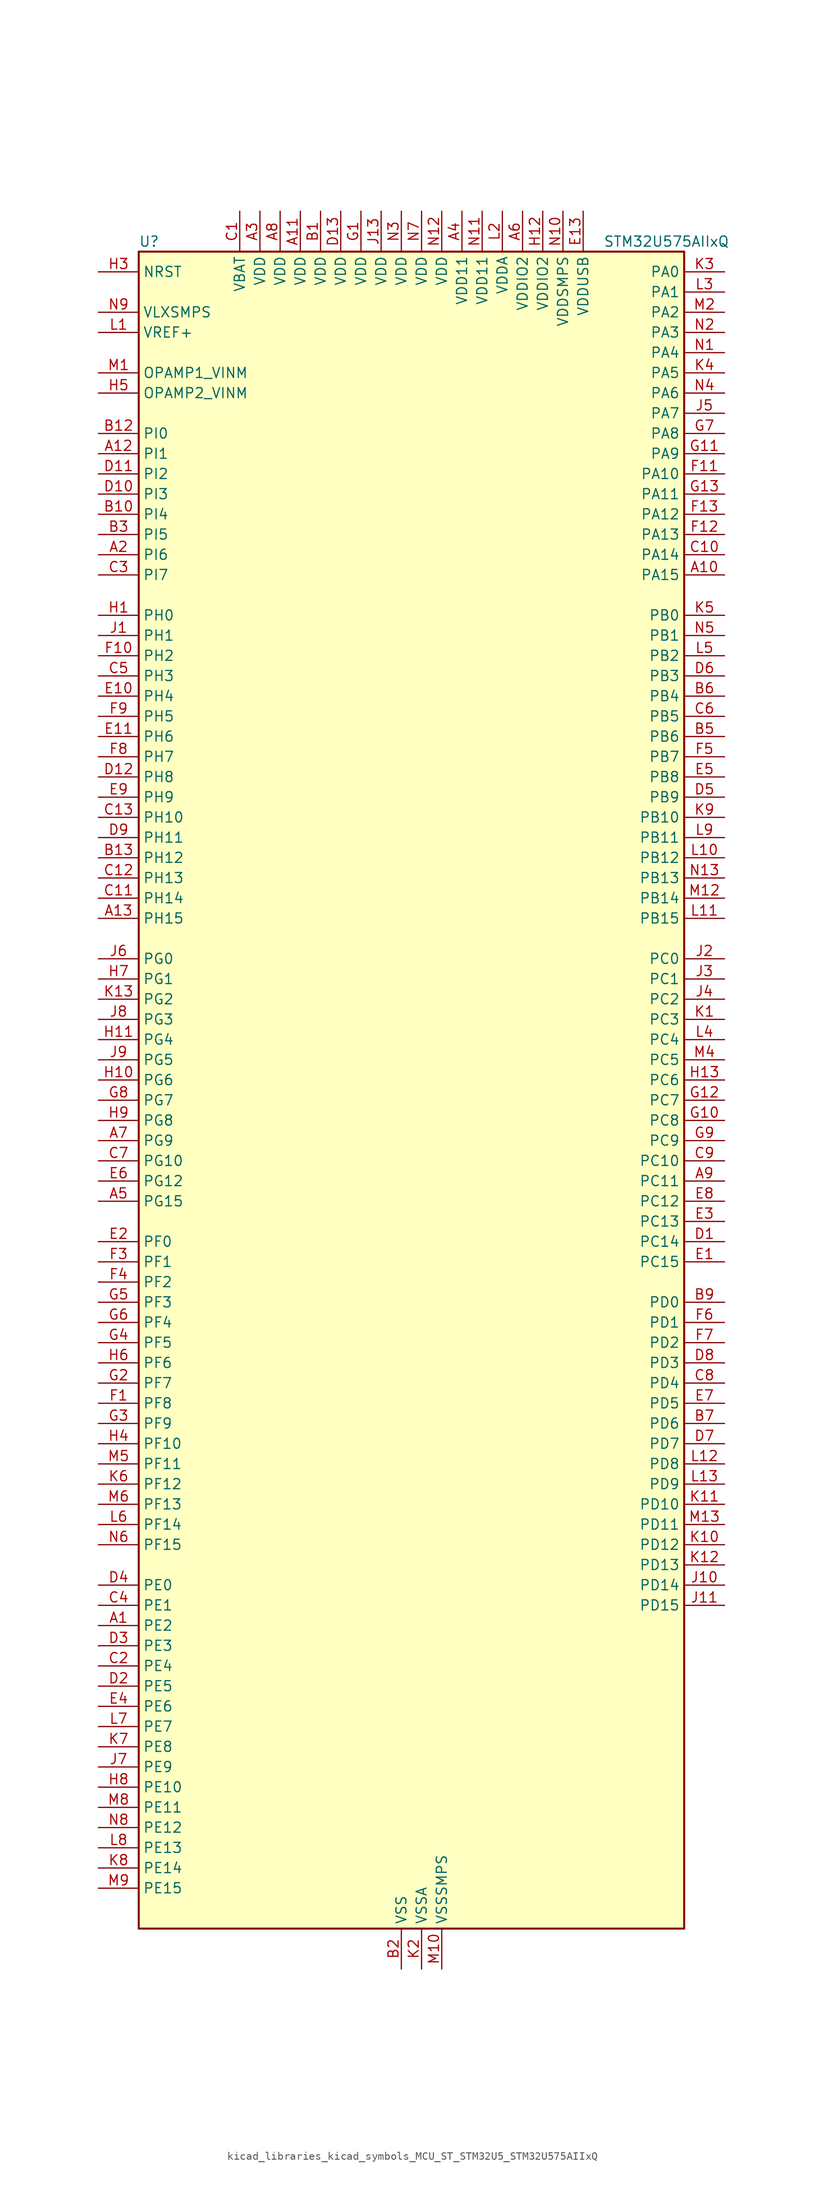
<source format=kicad_sym>
(kicad_symbol_lib
  (version 20220914)
  (generator kicad_symbol_editor)
  (symbol "kicad_libraries_kicad_symbols_MCU_ST_STM32U5_STM32U575AIIxQ"
    (property "Reference" "U"
      (at -33.02 107.95 0)
      (effects (font (size 1.27 1.27)) (justify left)))
    (property "Value" "STM32U575AIIxQ"
      (at 25.4 107.95 0)
      (effects (font (size 1.27 1.27)) (justify left)))
    (property "ki_locked" ""
      (at 0 0 0)
      (effects (font (size 1.27 1.27))))
    (symbol "kicad_libraries_kicad_symbols_MCU_ST_STM32U5_STM32U575AIIxQ_0_1"
      (rectangle (start -33.02 -104.14) (end 35.56 106.68) (stroke (width 0.254) (type default)) (fill (type background))))
    (symbol "kicad_libraries_kicad_symbols_MCU_ST_STM32U5_STM32U575AIIxQ_1_1"
      (pin bidirectional line (at -38.1 -66.04 0) (length 5.08) (name "PE2" (effects (font (size 1.27 1.27)))) (number "A1" (effects (font (size 1.27 1.27)))) (alternate "DEBUG_TRACECLK" bidirectional line) (alternate "FMC_A23" bidirectional line) (alternate "SAI1_CK1" bidirectional line) (alternate "SAI1_MCLK_A" bidirectional line) (alternate "TIM3_ETR" bidirectional line) (alternate "TSC_G7_IO1" bidirectional line))
      (pin bidirectional line (at 40.64 66.04 180) (length 5.08) (name "PA15" (effects (font (size 1.27 1.27)))) (number "A10" (effects (font (size 1.27 1.27)))) (alternate "ADC1_EXTI15" bidirectional line) (alternate "ADC4_EXTI15" bidirectional line) (alternate "DEBUG_JTDI" bidirectional line) (alternate "SAI2_FS_B" bidirectional line) (alternate "SPI1_NSS" bidirectional line) (alternate "SPI3_NSS" bidirectional line) (alternate "TIM2_CH1" bidirectional line) (alternate "TIM2_ETR" bidirectional line) (alternate "UART4_DE" bidirectional line) (alternate "UART4_RTS" bidirectional line) (alternate "UCPD1_CC1" bidirectional line) (alternate "USART2_RX" bidirectional line) (alternate "USART3_DE" bidirectional line) (alternate "USART3_RTS" bidirectional line))
      (pin power_in line (at -12.7 111.76 270) (length 5.08) (name "VDD" (effects (font (size 1.27 1.27)))) (number "A11" (effects (font (size 1.27 1.27)))))
      (pin bidirectional line (at -38.1 81.28 0) (length 5.08) (name "PI1" (effects (font (size 1.27 1.27)))) (number "A12" (effects (font (size 1.27 1.27)))) (alternate "DCMI_D8" bidirectional line) (alternate "OCTOSPIM_P2_IO2" bidirectional line) (alternate "PSSI_D8" bidirectional line) (alternate "SPI2_SCK" bidirectional line))
      (pin bidirectional line (at -38.1 22.86 0) (length 5.08) (name "PH15" (effects (font (size 1.27 1.27)))) (number "A13" (effects (font (size 1.27 1.27)))) (alternate "ADC1_EXTI15" bidirectional line) (alternate "ADC4_EXTI15" bidirectional line) (alternate "DCMI_D11" bidirectional line) (alternate "OCTOSPIM_P2_IO6" bidirectional line) (alternate "PSSI_D11" bidirectional line) (alternate "TIM8_CH3N" bidirectional line))
      (pin bidirectional line (at -38.1 68.58 0) (length 5.08) (name "PI6" (effects (font (size 1.27 1.27)))) (number "A2" (effects (font (size 1.27 1.27)))) (alternate "DCMI_D6" bidirectional line) (alternate "OCTOSPIM_P2_CLK" bidirectional line) (alternate "PSSI_D6" bidirectional line) (alternate "TIM8_CH2" bidirectional line))
      (pin power_in line (at -17.78 111.76 270) (length 5.08) (name "VDD" (effects (font (size 1.27 1.27)))) (number "A3" (effects (font (size 1.27 1.27)))))
      (pin power_in line (at 7.62 111.76 270) (length 5.08) (name "VDD11" (effects (font (size 1.27 1.27)))) (number "A4" (effects (font (size 1.27 1.27)))))
      (pin bidirectional line (at -38.1 -12.7 0) (length 5.08) (name "PG15" (effects (font (size 1.27 1.27)))) (number "A5" (effects (font (size 1.27 1.27)))) (alternate "ADC1_EXTI15" bidirectional line) (alternate "ADC4_EXTI15" bidirectional line) (alternate "DCMI_D13" bidirectional line) (alternate "I2C1_SMBA" bidirectional line) (alternate "LPTIM1_CH1" bidirectional line) (alternate "OCTOSPIM_P2_DQS" bidirectional line) (alternate "PSSI_D13" bidirectional line))
      (pin power_in line (at 15.24 111.76 270) (length 5.08) (name "VDDIO2" (effects (font (size 1.27 1.27)))) (number "A6" (effects (font (size 1.27 1.27)))))
      (pin bidirectional line (at -38.1 -5.08 0) (length 5.08) (name "PG9" (effects (font (size 1.27 1.27)))) (number "A7" (effects (font (size 1.27 1.27)))) (alternate "DAC1_EXTI9" bidirectional line) (alternate "FMC_NCE" bidirectional line) (alternate "FMC_NE2" bidirectional line) (alternate "OCTOSPIM_P2_IO6" bidirectional line) (alternate "SAI2_SCK_A" bidirectional line) (alternate "SPI3_SCK" bidirectional line) (alternate "TIM15_CH1N" bidirectional line) (alternate "USART1_TX" bidirectional line))
      (pin power_in line (at -15.24 111.76 270) (length 5.08) (name "VDD" (effects (font (size 1.27 1.27)))) (number "A8" (effects (font (size 1.27 1.27)))))
      (pin bidirectional line (at 40.64 -10.16 180) (length 5.08) (name "PC11" (effects (font (size 1.27 1.27)))) (number "A9" (effects (font (size 1.27 1.27)))) (alternate "ADC1_EXTI11" bidirectional line) (alternate "ADF1_SDI0" bidirectional line) (alternate "DCMI_D2" bidirectional line) (alternate "DCMI_D4" bidirectional line) (alternate "LPTIM3_IN1" bidirectional line) (alternate "OCTOSPIM_P1_NCS" bidirectional line) (alternate "PSSI_D2" bidirectional line) (alternate "PSSI_D4" bidirectional line) (alternate "SAI2_MCLK_B" bidirectional line) (alternate "SDMMC1_D3" bidirectional line) (alternate "SPI3_MISO" bidirectional line) (alternate "TSC_G3_IO3" bidirectional line) (alternate "UART4_RX" bidirectional line) (alternate "UCPD1_FRSTX2" bidirectional line) (alternate "USART3_RX" bidirectional line))
      (pin power_in line (at -10.16 111.76 270) (length 5.08) (name "VDD" (effects (font (size 1.27 1.27)))) (number "B1" (effects (font (size 1.27 1.27)))))
      (pin bidirectional line (at -38.1 73.66 0) (length 5.08) (name "PI4" (effects (font (size 1.27 1.27)))) (number "B10" (effects (font (size 1.27 1.27)))) (alternate "DCMI_D5" bidirectional line) (alternate "PSSI_D5" bidirectional line) (alternate "SPI2_RDY" bidirectional line) (alternate "TIM8_BKIN" bidirectional line))
      (pin passive line (at 0 -109.22 90) (length 5.08) hide (name "VSS" (effects (font (size 1.27 1.27)))) (number "B11" (effects (font (size 1.27 1.27)))))
      (pin bidirectional line (at -38.1 83.82 0) (length 5.08) (name "PI0" (effects (font (size 1.27 1.27)))) (number "B12" (effects (font (size 1.27 1.27)))) (alternate "DCMI_D13" bidirectional line) (alternate "OCTOSPIM_P1_IO5" bidirectional line) (alternate "PSSI_D13" bidirectional line) (alternate "SPI2_NSS" bidirectional line) (alternate "TIM5_CH4" bidirectional line))
      (pin bidirectional line (at -38.1 30.48 0) (length 5.08) (name "PH12" (effects (font (size 1.27 1.27)))) (number "B13" (effects (font (size 1.27 1.27)))) (alternate "DCMI_D3" bidirectional line) (alternate "OCTOSPIM_P2_IO7" bidirectional line) (alternate "PSSI_D3" bidirectional line) (alternate "TIM5_CH3" bidirectional line) (alternate "TIM8_CH4N" bidirectional line))
      (pin power_in line (at 0 -109.22 90) (length 5.08) (name "VSS" (effects (font (size 1.27 1.27)))) (number "B2" (effects (font (size 1.27 1.27)))))
      (pin bidirectional line (at -38.1 71.12 0) (length 5.08) (name "PI5" (effects (font (size 1.27 1.27)))) (number "B3" (effects (font (size 1.27 1.27)))) (alternate "DCMI_VSYNC" bidirectional line) (alternate "OCTOSPIM_P2_NCS" bidirectional line) (alternate "PSSI_RDY" bidirectional line) (alternate "TIM8_CH1" bidirectional line))
      (pin passive line (at 0 -109.22 90) (length 5.08) hide (name "VSS" (effects (font (size 1.27 1.27)))) (number "B4" (effects (font (size 1.27 1.27)))))
      (pin bidirectional line (at 40.64 45.72 180) (length 5.08) (name "PB6" (effects (font (size 1.27 1.27)))) (number "B5" (effects (font (size 1.27 1.27)))) (alternate "COMP2_INP" bidirectional line) (alternate "DCMI_D5" bidirectional line) (alternate "I2C1_SCL" bidirectional line) (alternate "I2C4_SCL" bidirectional line) (alternate "LPTIM1_ETR" bidirectional line) (alternate "MDF1_SDI5" bidirectional line) (alternate "PSSI_D5" bidirectional line) (alternate "PWR_WKUP3" bidirectional line) (alternate "SAI1_FS_B" bidirectional line) (alternate "TIM16_CH1N" bidirectional line) (alternate "TIM4_CH1" bidirectional line) (alternate "TIM8_BKIN2" bidirectional line) (alternate "TSC_G2_IO3" bidirectional line) (alternate "USART1_TX" bidirectional line))
      (pin bidirectional line (at 40.64 50.8 180) (length 5.08) (name "PB4" (effects (font (size 1.27 1.27)))) (number "B6" (effects (font (size 1.27 1.27)))) (alternate "ADF1_SDI0" bidirectional line) (alternate "COMP2_INP" bidirectional line) (alternate "DCMI_D12" bidirectional line) (alternate "DEBUG_JTRST" bidirectional line) (alternate "I2C3_SDA" bidirectional line) (alternate "LPTIM1_CH2" bidirectional line) (alternate "PSSI_D12" bidirectional line) (alternate "SAI1_MCLK_B" bidirectional line) (alternate "SDMMC2_D3" bidirectional line) (alternate "SPI1_MISO" bidirectional line) (alternate "SPI3_MISO" bidirectional line) (alternate "TIM17_BKIN" bidirectional line) (alternate "TIM3_CH1" bidirectional line) (alternate "TSC_G2_IO1" bidirectional line) (alternate "UART5_DE" bidirectional line) (alternate "UART5_RTS" bidirectional line) (alternate "USART1_CTS" bidirectional line))
      (pin bidirectional line (at 40.64 -40.64 180) (length 5.08) (name "PD6" (effects (font (size 1.27 1.27)))) (number "B7" (effects (font (size 1.27 1.27)))) (alternate "DCMI_D10" bidirectional line) (alternate "FMC_NWAIT" bidirectional line) (alternate "MDF1_SDI1" bidirectional line) (alternate "OCTOSPIM_P1_IO6" bidirectional line) (alternate "PSSI_D10" bidirectional line) (alternate "SAI1_D1" bidirectional line) (alternate "SAI1_SD_A" bidirectional line) (alternate "SDMMC2_CK" bidirectional line) (alternate "SPI3_MOSI" bidirectional line) (alternate "USART2_RX" bidirectional line))
      (pin passive line (at 0 -109.22 90) (length 5.08) hide (name "VSS" (effects (font (size 1.27 1.27)))) (number "B8" (effects (font (size 1.27 1.27)))))
      (pin bidirectional line (at 40.64 -25.4 180) (length 5.08) (name "PD0" (effects (font (size 1.27 1.27)))) (number "B9" (effects (font (size 1.27 1.27)))) (alternate "FDCAN1_RX" bidirectional line) (alternate "FMC_D2" bidirectional line) (alternate "FMC_DA2" bidirectional line) (alternate "SPI2_NSS" bidirectional line) (alternate "TIM8_CH4N" bidirectional line))
      (pin power_in line (at -20.32 111.76 270) (length 5.08) (name "VBAT" (effects (font (size 1.27 1.27)))) (number "C1" (effects (font (size 1.27 1.27)))))
      (pin bidirectional line (at 40.64 68.58 180) (length 5.08) (name "PA14" (effects (font (size 1.27 1.27)))) (number "C10" (effects (font (size 1.27 1.27)))) (alternate "DEBUG_JTCK-SWCLK" bidirectional line) (alternate "I2C1_SMBA" bidirectional line) (alternate "I2C4_SMBA" bidirectional line) (alternate "LPTIM1_CH1" bidirectional line) (alternate "SAI1_FS_B" bidirectional line) (alternate "USB_OTG_FS_SOF" bidirectional line))
      (pin bidirectional line (at -38.1 25.4 0) (length 5.08) (name "PH14" (effects (font (size 1.27 1.27)))) (number "C11" (effects (font (size 1.27 1.27)))) (alternate "DCMI_D4" bidirectional line) (alternate "FDCAN1_RX" bidirectional line) (alternate "PSSI_D4" bidirectional line) (alternate "TIM8_CH2N" bidirectional line))
      (pin bidirectional line (at -38.1 27.94 0) (length 5.08) (name "PH13" (effects (font (size 1.27 1.27)))) (number "C12" (effects (font (size 1.27 1.27)))) (alternate "FDCAN1_TX" bidirectional line) (alternate "TIM8_CH1N" bidirectional line))
      (pin bidirectional line (at -38.1 35.56 0) (length 5.08) (name "PH10" (effects (font (size 1.27 1.27)))) (number "C13" (effects (font (size 1.27 1.27)))) (alternate "DCMI_D1" bidirectional line) (alternate "OCTOSPIM_P2_IO5" bidirectional line) (alternate "PSSI_D1" bidirectional line) (alternate "TIM5_CH1" bidirectional line))
      (pin bidirectional line (at -38.1 -71.12 0) (length 5.08) (name "PE4" (effects (font (size 1.27 1.27)))) (number "C2" (effects (font (size 1.27 1.27)))) (alternate "DCMI_D4" bidirectional line) (alternate "DEBUG_TRACED1" bidirectional line) (alternate "FMC_A20" bidirectional line) (alternate "MDF1_SDI3" bidirectional line) (alternate "PSSI_D4" bidirectional line) (alternate "PWR_WKUP1" bidirectional line) (alternate "SAI1_D2" bidirectional line) (alternate "SAI1_FS_A" bidirectional line) (alternate "TAMP_IN7" bidirectional line) (alternate "TAMP_OUT8" bidirectional line) (alternate "TIM3_CH2" bidirectional line) (alternate "TSC_G7_IO3" bidirectional line))
      (pin bidirectional line (at -38.1 66.04 0) (length 5.08) (name "PI7" (effects (font (size 1.27 1.27)))) (number "C3" (effects (font (size 1.27 1.27)))) (alternate "DCMI_D7" bidirectional line) (alternate "OCTOSPIM_P2_NCLK" bidirectional line) (alternate "PSSI_D7" bidirectional line) (alternate "TIM8_CH3" bidirectional line))
      (pin bidirectional line (at -38.1 -63.5 0) (length 5.08) (name "PE1" (effects (font (size 1.27 1.27)))) (number "C4" (effects (font (size 1.27 1.27)))) (alternate "DCMI_D3" bidirectional line) (alternate "FMC_NBL1" bidirectional line) (alternate "PSSI_D3" bidirectional line) (alternate "TIM17_CH1" bidirectional line))
      (pin bidirectional line (at -38.1 53.34 0) (length 5.08) (name "PH3" (effects (font (size 1.27 1.27)))) (number "C5" (effects (font (size 1.27 1.27)))))
      (pin bidirectional line (at 40.64 48.26 180) (length 5.08) (name "PB5" (effects (font (size 1.27 1.27)))) (number "C6" (effects (font (size 1.27 1.27)))) (alternate "COMP2_OUT" bidirectional line) (alternate "DCMI_D10" bidirectional line) (alternate "I2C1_SMBA" bidirectional line) (alternate "LPTIM1_IN1" bidirectional line) (alternate "OCTOSPIM_P1_NCLK" bidirectional line) (alternate "PSSI_D10" bidirectional line) (alternate "PWR_WKUP6" bidirectional line) (alternate "SAI1_SD_B" bidirectional line) (alternate "SPI1_MOSI" bidirectional line) (alternate "SPI3_MOSI" bidirectional line) (alternate "TIM16_BKIN" bidirectional line) (alternate "TIM3_CH2" bidirectional line) (alternate "TSC_G2_IO2" bidirectional line) (alternate "UART5_CTS" bidirectional line) (alternate "UCPD1_DBCC1" bidirectional line) (alternate "USART1_CK" bidirectional line))
      (pin bidirectional line (at -38.1 -7.62 0) (length 5.08) (name "PG10" (effects (font (size 1.27 1.27)))) (number "C7" (effects (font (size 1.27 1.27)))) (alternate "FMC_NE3" bidirectional line) (alternate "LPTIM1_IN1" bidirectional line) (alternate "OCTOSPIM_P2_IO7" bidirectional line) (alternate "SAI2_FS_A" bidirectional line) (alternate "SPI3_MISO" bidirectional line) (alternate "TIM15_CH1" bidirectional line) (alternate "USART1_RX" bidirectional line))
      (pin bidirectional line (at 40.64 -35.56 180) (length 5.08) (name "PD4" (effects (font (size 1.27 1.27)))) (number "C8" (effects (font (size 1.27 1.27)))) (alternate "FMC_NOE" bidirectional line) (alternate "MDF1_CKI0" bidirectional line) (alternate "OCTOSPIM_P1_IO4" bidirectional line) (alternate "SPI2_MOSI" bidirectional line) (alternate "USART2_DE" bidirectional line) (alternate "USART2_RTS" bidirectional line))
      (pin bidirectional line (at 40.64 -7.62 180) (length 5.08) (name "PC10" (effects (font (size 1.27 1.27)))) (number "C9" (effects (font (size 1.27 1.27)))) (alternate "ADF1_CCK1" bidirectional line) (alternate "DCMI_D8" bidirectional line) (alternate "DEBUG_TRACED1" bidirectional line) (alternate "LPTIM3_ETR" bidirectional line) (alternate "PSSI_D8" bidirectional line) (alternate "SAI2_SCK_B" bidirectional line) (alternate "SDMMC1_D2" bidirectional line) (alternate "SPI3_SCK" bidirectional line) (alternate "TSC_G3_IO2" bidirectional line) (alternate "UART4_TX" bidirectional line) (alternate "USART3_TX" bidirectional line))
      (pin bidirectional line (at 40.64 -17.78 180) (length 5.08) (name "PC14" (effects (font (size 1.27 1.27)))) (number "D1" (effects (font (size 1.27 1.27)))) (alternate "RCC_OSC32_IN" bidirectional line))
      (pin bidirectional line (at -38.1 76.2 0) (length 5.08) (name "PI3" (effects (font (size 1.27 1.27)))) (number "D10" (effects (font (size 1.27 1.27)))) (alternate "DCMI_D10" bidirectional line) (alternate "OCTOSPIM_P2_IO0" bidirectional line) (alternate "PSSI_D10" bidirectional line) (alternate "SPI2_MOSI" bidirectional line) (alternate "TIM8_ETR" bidirectional line))
      (pin bidirectional line (at -38.1 78.74 0) (length 5.08) (name "PI2" (effects (font (size 1.27 1.27)))) (number "D11" (effects (font (size 1.27 1.27)))) (alternate "DCMI_D9" bidirectional line) (alternate "OCTOSPIM_P2_IO1" bidirectional line) (alternate "PSSI_D9" bidirectional line) (alternate "SPI2_MISO" bidirectional line) (alternate "TIM8_CH4" bidirectional line))
      (pin bidirectional line (at -38.1 40.64 0) (length 5.08) (name "PH8" (effects (font (size 1.27 1.27)))) (number "D12" (effects (font (size 1.27 1.27)))) (alternate "DCMI_HSYNC" bidirectional line) (alternate "I2C3_SDA" bidirectional line) (alternate "OCTOSPIM_P2_IO3" bidirectional line) (alternate "PSSI_DE" bidirectional line))
      (pin power_in line (at -7.62 111.76 270) (length 5.08) (name "VDD" (effects (font (size 1.27 1.27)))) (number "D13" (effects (font (size 1.27 1.27)))))
      (pin bidirectional line (at -38.1 -73.66 0) (length 5.08) (name "PE5" (effects (font (size 1.27 1.27)))) (number "D2" (effects (font (size 1.27 1.27)))) (alternate "DCMI_D6" bidirectional line) (alternate "DEBUG_TRACED2" bidirectional line) (alternate "FMC_A21" bidirectional line) (alternate "MDF1_CKI3" bidirectional line) (alternate "PSSI_D6" bidirectional line) (alternate "PWR_WKUP2" bidirectional line) (alternate "SAI1_CK2" bidirectional line) (alternate "SAI1_SCK_A" bidirectional line) (alternate "TAMP_IN8" bidirectional line) (alternate "TAMP_OUT7" bidirectional line) (alternate "TIM3_CH3" bidirectional line) (alternate "TSC_G7_IO4" bidirectional line))
      (pin bidirectional line (at -38.1 -68.58 0) (length 5.08) (name "PE3" (effects (font (size 1.27 1.27)))) (number "D3" (effects (font (size 1.27 1.27)))) (alternate "DEBUG_TRACED0" bidirectional line) (alternate "FMC_A19" bidirectional line) (alternate "OCTOSPIM_P1_DQS" bidirectional line) (alternate "SAI1_SD_B" bidirectional line) (alternate "TAMP_IN6" bidirectional line) (alternate "TAMP_OUT3" bidirectional line) (alternate "TIM3_CH1" bidirectional line) (alternate "TSC_G7_IO2" bidirectional line))
      (pin bidirectional line (at -38.1 -60.96 0) (length 5.08) (name "PE0" (effects (font (size 1.27 1.27)))) (number "D4" (effects (font (size 1.27 1.27)))) (alternate "DCMI_D2" bidirectional line) (alternate "FMC_NBL0" bidirectional line) (alternate "PSSI_D2" bidirectional line) (alternate "TIM16_CH1" bidirectional line) (alternate "TIM4_ETR" bidirectional line))
      (pin bidirectional line (at 40.64 38.1 180) (length 5.08) (name "PB9" (effects (font (size 1.27 1.27)))) (number "D5" (effects (font (size 1.27 1.27)))) (alternate "DAC1_EXTI9" bidirectional line) (alternate "DCMI_D7" bidirectional line) (alternate "FDCAN1_TX" bidirectional line) (alternate "I2C1_SDA" bidirectional line) (alternate "IR_OUT" bidirectional line) (alternate "PSSI_D7" bidirectional line) (alternate "SAI1_D2" bidirectional line) (alternate "SAI1_FS_A" bidirectional line) (alternate "SDMMC1_CDIR" bidirectional line) (alternate "SDMMC1_D5" bidirectional line) (alternate "SDMMC2_D5" bidirectional line) (alternate "SPI2_NSS" bidirectional line) (alternate "TIM17_CH1" bidirectional line) (alternate "TIM4_CH4" bidirectional line))
      (pin bidirectional line (at 40.64 53.34 180) (length 5.08) (name "PB3" (effects (font (size 1.27 1.27)))) (number "D6" (effects (font (size 1.27 1.27)))) (alternate "ADF1_CCK0" bidirectional line) (alternate "COMP2_INM" bidirectional line) (alternate "CRS_SYNC" bidirectional line) (alternate "DEBUG_JTDO-SWO" bidirectional line) (alternate "I2C1_SDA" bidirectional line) (alternate "LPTIM1_CH1" bidirectional line) (alternate "SAI1_SCK_B" bidirectional line) (alternate "SDMMC2_D2" bidirectional line) (alternate "SPI1_SCK" bidirectional line) (alternate "SPI3_SCK" bidirectional line) (alternate "TIM2_CH2" bidirectional line) (alternate "USART1_DE" bidirectional line) (alternate "USART1_RTS" bidirectional line))
      (pin bidirectional line (at 40.64 -43.18 180) (length 5.08) (name "PD7" (effects (font (size 1.27 1.27)))) (number "D7" (effects (font (size 1.27 1.27)))) (alternate "FMC_NCE" bidirectional line) (alternate "FMC_NE1" bidirectional line) (alternate "LPTIM4_OUT" bidirectional line) (alternate "MDF1_CKI1" bidirectional line) (alternate "OCTOSPIM_P1_IO7" bidirectional line) (alternate "SDMMC2_CMD" bidirectional line) (alternate "USART2_CK" bidirectional line))
      (pin bidirectional line (at 40.64 -33.02 180) (length 5.08) (name "PD3" (effects (font (size 1.27 1.27)))) (number "D8" (effects (font (size 1.27 1.27)))) (alternate "DCMI_D5" bidirectional line) (alternate "FMC_CLK" bidirectional line) (alternate "MDF1_SDI0" bidirectional line) (alternate "OCTOSPIM_P2_NCS" bidirectional line) (alternate "PSSI_D5" bidirectional line) (alternate "SPI2_MISO" bidirectional line) (alternate "SPI2_SCK" bidirectional line) (alternate "USART2_CTS" bidirectional line))
      (pin bidirectional line (at -38.1 33.02 0) (length 5.08) (name "PH11" (effects (font (size 1.27 1.27)))) (number "D9" (effects (font (size 1.27 1.27)))) (alternate "ADC1_EXTI11" bidirectional line) (alternate "DCMI_D2" bidirectional line) (alternate "OCTOSPIM_P2_IO6" bidirectional line) (alternate "PSSI_D2" bidirectional line) (alternate "TIM5_CH2" bidirectional line))
      (pin bidirectional line (at 40.64 -20.32 180) (length 5.08) (name "PC15" (effects (font (size 1.27 1.27)))) (number "E1" (effects (font (size 1.27 1.27)))) (alternate "ADC1_EXTI15" bidirectional line) (alternate "ADC4_EXTI15" bidirectional line) (alternate "RCC_OSC32_OUT" bidirectional line))
      (pin bidirectional line (at -38.1 50.8 0) (length 5.08) (name "PH4" (effects (font (size 1.27 1.27)))) (number "E10" (effects (font (size 1.27 1.27)))) (alternate "I2C2_SCL" bidirectional line) (alternate "OCTOSPIM_P2_DQS" bidirectional line) (alternate "PSSI_D14" bidirectional line))
      (pin bidirectional line (at -38.1 45.72 0) (length 5.08) (name "PH6" (effects (font (size 1.27 1.27)))) (number "E11" (effects (font (size 1.27 1.27)))) (alternate "DCMI_D8" bidirectional line) (alternate "I2C2_SMBA" bidirectional line) (alternate "OCTOSPIM_P2_CLK" bidirectional line) (alternate "PSSI_D8" bidirectional line))
      (pin passive line (at 0 -109.22 90) (length 5.08) hide (name "VSS" (effects (font (size 1.27 1.27)))) (number "E12" (effects (font (size 1.27 1.27)))))
      (pin power_in line (at 22.86 111.76 270) (length 5.08) (name "VDDUSB" (effects (font (size 1.27 1.27)))) (number "E13" (effects (font (size 1.27 1.27)))))
      (pin bidirectional line (at -38.1 -17.78 0) (length 5.08) (name "PF0" (effects (font (size 1.27 1.27)))) (number "E2" (effects (font (size 1.27 1.27)))) (alternate "FMC_A0" bidirectional line) (alternate "I2C2_SDA" bidirectional line) (alternate "OCTOSPIM_P2_IO0" bidirectional line))
      (pin bidirectional line (at 40.64 -15.24 180) (length 5.08) (name "PC13" (effects (font (size 1.27 1.27)))) (number "E3" (effects (font (size 1.27 1.27)))) (alternate "PWR_WKUP2" bidirectional line) (alternate "RTC_OUT1" bidirectional line) (alternate "RTC_TS" bidirectional line) (alternate "TAMP_IN1" bidirectional line) (alternate "TAMP_OUT2" bidirectional line))
      (pin bidirectional line (at -38.1 -76.2 0) (length 5.08) (name "PE6" (effects (font (size 1.27 1.27)))) (number "E4" (effects (font (size 1.27 1.27)))) (alternate "DCMI_D7" bidirectional line) (alternate "DEBUG_TRACED3" bidirectional line) (alternate "FMC_A22" bidirectional line) (alternate "PSSI_D7" bidirectional line) (alternate "PWR_WKUP3" bidirectional line) (alternate "SAI1_D1" bidirectional line) (alternate "SAI1_SD_A" bidirectional line) (alternate "TAMP_IN3" bidirectional line) (alternate "TAMP_OUT6" bidirectional line) (alternate "TIM3_CH4" bidirectional line))
      (pin bidirectional line (at 40.64 40.64 180) (length 5.08) (name "PB8" (effects (font (size 1.27 1.27)))) (number "E5" (effects (font (size 1.27 1.27)))) (alternate "DCMI_D6" bidirectional line) (alternate "FDCAN1_RX" bidirectional line) (alternate "I2C1_SCL" bidirectional line) (alternate "MDF1_CCK0" bidirectional line) (alternate "PSSI_D6" bidirectional line) (alternate "PWR_WKUP5" bidirectional line) (alternate "SAI1_CK1" bidirectional line) (alternate "SAI1_MCLK_A" bidirectional line) (alternate "SDMMC1_CKIN" bidirectional line) (alternate "SDMMC1_D4" bidirectional line) (alternate "SDMMC2_D4" bidirectional line) (alternate "SPI3_RDY" bidirectional line) (alternate "TIM16_CH1" bidirectional line) (alternate "TIM4_CH3" bidirectional line))
      (pin bidirectional line (at -38.1 -10.16 0) (length 5.08) (name "PG12" (effects (font (size 1.27 1.27)))) (number "E6" (effects (font (size 1.27 1.27)))) (alternate "FMC_NE4" bidirectional line) (alternate "LPTIM1_ETR" bidirectional line) (alternate "OCTOSPIM_P2_NCS" bidirectional line) (alternate "SAI2_SD_A" bidirectional line) (alternate "SPI3_NSS" bidirectional line) (alternate "USART1_DE" bidirectional line) (alternate "USART1_RTS" bidirectional line))
      (pin bidirectional line (at 40.64 -38.1 180) (length 5.08) (name "PD5" (effects (font (size 1.27 1.27)))) (number "E7" (effects (font (size 1.27 1.27)))) (alternate "FMC_NWE" bidirectional line) (alternate "OCTOSPIM_P1_IO5" bidirectional line) (alternate "SPI2_RDY" bidirectional line) (alternate "USART2_TX" bidirectional line))
      (pin bidirectional line (at 40.64 -12.7 180) (length 5.08) (name "PC12" (effects (font (size 1.27 1.27)))) (number "E8" (effects (font (size 1.27 1.27)))) (alternate "DCMI_D9" bidirectional line) (alternate "DEBUG_TRACED3" bidirectional line) (alternate "PSSI_D9" bidirectional line) (alternate "SAI2_SD_B" bidirectional line) (alternate "SDMMC1_CK" bidirectional line) (alternate "SPI3_MOSI" bidirectional line) (alternate "TSC_G3_IO4" bidirectional line) (alternate "UART5_TX" bidirectional line) (alternate "USART3_CK" bidirectional line))
      (pin bidirectional line (at -38.1 38.1 0) (length 5.08) (name "PH9" (effects (font (size 1.27 1.27)))) (number "E9" (effects (font (size 1.27 1.27)))) (alternate "DAC1_EXTI9" bidirectional line) (alternate "DCMI_D0" bidirectional line) (alternate "I2C3_SMBA" bidirectional line) (alternate "OCTOSPIM_P2_IO4" bidirectional line) (alternate "PSSI_D0" bidirectional line))
      (pin bidirectional line (at -38.1 -38.1 0) (length 5.08) (name "PF8" (effects (font (size 1.27 1.27)))) (number "F1" (effects (font (size 1.27 1.27)))) (alternate "FDCAN1_TX" bidirectional line) (alternate "OCTOSPIM_P1_IO0" bidirectional line) (alternate "PSSI_D14" bidirectional line) (alternate "SAI1_SCK_B" bidirectional line) (alternate "TIM5_CH3" bidirectional line))
      (pin bidirectional line (at -38.1 55.88 0) (length 5.08) (name "PH2" (effects (font (size 1.27 1.27)))) (number "F10" (effects (font (size 1.27 1.27)))) (alternate "OCTOSPIM_P1_IO4" bidirectional line))
      (pin bidirectional line (at 40.64 78.74 180) (length 5.08) (name "PA10" (effects (font (size 1.27 1.27)))) (number "F11" (effects (font (size 1.27 1.27)))) (alternate "CRS_SYNC" bidirectional line) (alternate "DCMI_D1" bidirectional line) (alternate "LPTIM2_IN2" bidirectional line) (alternate "PSSI_D1" bidirectional line) (alternate "SAI1_D1" bidirectional line) (alternate "SAI1_SD_A" bidirectional line) (alternate "TIM17_BKIN" bidirectional line) (alternate "TIM1_CH3" bidirectional line) (alternate "USART1_RX" bidirectional line) (alternate "USB_OTG_FS_ID" bidirectional line))
      (pin bidirectional line (at 40.64 71.12 180) (length 5.08) (name "PA13" (effects (font (size 1.27 1.27)))) (number "F12" (effects (font (size 1.27 1.27)))) (alternate "DEBUG_JTMS-SWDIO" bidirectional line) (alternate "IR_OUT" bidirectional line) (alternate "SAI1_SD_B" bidirectional line) (alternate "USB_OTG_FS_NOE" bidirectional line))
      (pin bidirectional line (at 40.64 73.66 180) (length 5.08) (name "PA12" (effects (font (size 1.27 1.27)))) (number "F13" (effects (font (size 1.27 1.27)))) (alternate "FDCAN1_TX" bidirectional line) (alternate "OCTOSPIM_P2_NCS" bidirectional line) (alternate "SPI1_MOSI" bidirectional line) (alternate "TIM1_ETR" bidirectional line) (alternate "USART1_DE" bidirectional line) (alternate "USART1_RTS" bidirectional line) (alternate "USB_OTG_FS_DP" bidirectional line))
      (pin passive line (at 0 -109.22 90) (length 5.08) hide (name "VSS" (effects (font (size 1.27 1.27)))) (number "F2" (effects (font (size 1.27 1.27)))))
      (pin bidirectional line (at -38.1 -20.32 0) (length 5.08) (name "PF1" (effects (font (size 1.27 1.27)))) (number "F3" (effects (font (size 1.27 1.27)))) (alternate "FMC_A1" bidirectional line) (alternate "I2C2_SCL" bidirectional line) (alternate "OCTOSPIM_P2_IO1" bidirectional line))
      (pin bidirectional line (at -38.1 -22.86 0) (length 5.08) (name "PF2" (effects (font (size 1.27 1.27)))) (number "F4" (effects (font (size 1.27 1.27)))) (alternate "FMC_A2" bidirectional line) (alternate "I2C2_SMBA" bidirectional line) (alternate "LPTIM3_CH2" bidirectional line) (alternate "OCTOSPIM_P2_IO2" bidirectional line) (alternate "PWR_WKUP8" bidirectional line))
      (pin bidirectional line (at 40.64 43.18 180) (length 5.08) (name "PB7" (effects (font (size 1.27 1.27)))) (number "F5" (effects (font (size 1.27 1.27)))) (alternate "COMP2_INM" bidirectional line) (alternate "DCMI_VSYNC" bidirectional line) (alternate "FMC_NL" bidirectional line) (alternate "I2C1_SDA" bidirectional line) (alternate "I2C4_SDA" bidirectional line) (alternate "LPTIM1_IN2" bidirectional line) (alternate "MDF1_CKI5" bidirectional line) (alternate "PSSI_RDY" bidirectional line) (alternate "PWR_PVD_IN" bidirectional line) (alternate "PWR_WKUP4" bidirectional line) (alternate "TIM17_CH1N" bidirectional line) (alternate "TIM4_CH2" bidirectional line) (alternate "TIM8_BKIN" bidirectional line) (alternate "TSC_G2_IO4" bidirectional line) (alternate "UART4_CTS" bidirectional line) (alternate "USART1_RX" bidirectional line))
      (pin bidirectional line (at 40.64 -27.94 180) (length 5.08) (name "PD1" (effects (font (size 1.27 1.27)))) (number "F6" (effects (font (size 1.27 1.27)))) (alternate "FDCAN1_TX" bidirectional line) (alternate "FMC_D3" bidirectional line) (alternate "FMC_DA3" bidirectional line) (alternate "SPI2_SCK" bidirectional line))
      (pin bidirectional line (at 40.64 -30.48 180) (length 5.08) (name "PD2" (effects (font (size 1.27 1.27)))) (number "F7" (effects (font (size 1.27 1.27)))) (alternate "DCMI_D11" bidirectional line) (alternate "DEBUG_TRACED2" bidirectional line) (alternate "LPTIM4_ETR" bidirectional line) (alternate "PSSI_D11" bidirectional line) (alternate "SDMMC1_CMD" bidirectional line) (alternate "TIM3_ETR" bidirectional line) (alternate "TSC_SYNC" bidirectional line) (alternate "UART5_RX" bidirectional line) (alternate "USART3_DE" bidirectional line) (alternate "USART3_RTS" bidirectional line))
      (pin bidirectional line (at -38.1 43.18 0) (length 5.08) (name "PH7" (effects (font (size 1.27 1.27)))) (number "F8" (effects (font (size 1.27 1.27)))) (alternate "DCMI_D9" bidirectional line) (alternate "I2C3_SCL" bidirectional line) (alternate "OCTOSPIM_P2_NCLK" bidirectional line) (alternate "PSSI_D9" bidirectional line))
      (pin bidirectional line (at -38.1 48.26 0) (length 5.08) (name "PH5" (effects (font (size 1.27 1.27)))) (number "F9" (effects (font (size 1.27 1.27)))) (alternate "DCMI_PIXCLK" bidirectional line) (alternate "I2C2_SDA" bidirectional line) (alternate "PSSI_PDCK" bidirectional line))
      (pin power_in line (at -5.08 111.76 270) (length 5.08) (name "VDD" (effects (font (size 1.27 1.27)))) (number "G1" (effects (font (size 1.27 1.27)))))
      (pin bidirectional line (at 40.64 -2.54 180) (length 5.08) (name "PC8" (effects (font (size 1.27 1.27)))) (number "G10" (effects (font (size 1.27 1.27)))) (alternate "DCMI_D2" bidirectional line) (alternate "LPTIM3_CH1" bidirectional line) (alternate "PSSI_D2" bidirectional line) (alternate "PWR_SRDSTOP" bidirectional line) (alternate "SDMMC1_D0" bidirectional line) (alternate "TIM3_CH3" bidirectional line) (alternate "TIM8_CH3" bidirectional line) (alternate "TSC_G4_IO3" bidirectional line))
      (pin bidirectional line (at 40.64 81.28 180) (length 5.08) (name "PA9" (effects (font (size 1.27 1.27)))) (number "G11" (effects (font (size 1.27 1.27)))) (alternate "DAC1_EXTI9" bidirectional line) (alternate "DCMI_D0" bidirectional line) (alternate "PSSI_D0" bidirectional line) (alternate "SAI1_FS_A" bidirectional line) (alternate "SPI2_SCK" bidirectional line) (alternate "TIM15_BKIN" bidirectional line) (alternate "TIM1_CH2" bidirectional line) (alternate "USART1_TX" bidirectional line) (alternate "USB_OTG_FS_VBUS" bidirectional line))
      (pin bidirectional line (at 40.64 0 180) (length 5.08) (name "PC7" (effects (font (size 1.27 1.27)))) (number "G12" (effects (font (size 1.27 1.27)))) (alternate "DCMI_D1" bidirectional line) (alternate "LPTIM2_CH2" bidirectional line) (alternate "MDF1_SDI3" bidirectional line) (alternate "PSSI_D1" bidirectional line) (alternate "PWR_CDSTOP" bidirectional line) (alternate "SAI2_MCLK_B" bidirectional line) (alternate "SDMMC1_D123DIR" bidirectional line) (alternate "SDMMC1_D7" bidirectional line) (alternate "SDMMC2_D7" bidirectional line) (alternate "TIM3_CH2" bidirectional line) (alternate "TIM8_CH2" bidirectional line) (alternate "TSC_G4_IO2" bidirectional line))
      (pin bidirectional line (at 40.64 76.2 180) (length 5.08) (name "PA11" (effects (font (size 1.27 1.27)))) (number "G13" (effects (font (size 1.27 1.27)))) (alternate "ADC1_EXTI11" bidirectional line) (alternate "FDCAN1_RX" bidirectional line) (alternate "SPI1_MISO" bidirectional line) (alternate "TIM1_BKIN2" bidirectional line) (alternate "TIM1_CH4" bidirectional line) (alternate "USART1_CTS" bidirectional line) (alternate "USB_OTG_FS_DM" bidirectional line))
      (pin bidirectional line (at -38.1 -35.56 0) (length 5.08) (name "PF7" (effects (font (size 1.27 1.27)))) (number "G2" (effects (font (size 1.27 1.27)))) (alternate "FDCAN1_RX" bidirectional line) (alternate "OCTOSPIM_P1_IO2" bidirectional line) (alternate "SAI1_MCLK_B" bidirectional line) (alternate "TIM5_CH2" bidirectional line))
      (pin bidirectional line (at -38.1 -40.64 0) (length 5.08) (name "PF9" (effects (font (size 1.27 1.27)))) (number "G3" (effects (font (size 1.27 1.27)))) (alternate "DAC1_EXTI9" bidirectional line) (alternate "OCTOSPIM_P1_IO1" bidirectional line) (alternate "PSSI_D15" bidirectional line) (alternate "SAI1_FS_B" bidirectional line) (alternate "TIM15_CH1" bidirectional line) (alternate "TIM5_CH4" bidirectional line))
      (pin bidirectional line (at -38.1 -30.48 0) (length 5.08) (name "PF5" (effects (font (size 1.27 1.27)))) (number "G4" (effects (font (size 1.27 1.27)))) (alternate "FMC_A5" bidirectional line) (alternate "LPTIM3_CH1" bidirectional line) (alternate "OCTOSPIM_P2_NCLK" bidirectional line))
      (pin bidirectional line (at -38.1 -25.4 0) (length 5.08) (name "PF3" (effects (font (size 1.27 1.27)))) (number "G5" (effects (font (size 1.27 1.27)))) (alternate "FMC_A3" bidirectional line) (alternate "LPTIM3_IN1" bidirectional line) (alternate "OCTOSPIM_P2_IO3" bidirectional line))
      (pin bidirectional line (at -38.1 -27.94 0) (length 5.08) (name "PF4" (effects (font (size 1.27 1.27)))) (number "G6" (effects (font (size 1.27 1.27)))) (alternate "FMC_A4" bidirectional line) (alternate "LPTIM3_ETR" bidirectional line) (alternate "OCTOSPIM_P2_CLK" bidirectional line))
      (pin bidirectional line (at 40.64 83.82 180) (length 5.08) (name "PA8" (effects (font (size 1.27 1.27)))) (number "G7" (effects (font (size 1.27 1.27)))) (alternate "DEBUG_TRACECLK" bidirectional line) (alternate "LPTIM2_CH1" bidirectional line) (alternate "RCC_MCO" bidirectional line) (alternate "SAI1_CK2" bidirectional line) (alternate "SAI1_SCK_A" bidirectional line) (alternate "SPI1_RDY" bidirectional line) (alternate "TIM1_CH1" bidirectional line) (alternate "USART1_CK" bidirectional line) (alternate "USB_OTG_FS_SOF" bidirectional line))
      (pin bidirectional line (at -38.1 0 0) (length 5.08) (name "PG7" (effects (font (size 1.27 1.27)))) (number "G8" (effects (font (size 1.27 1.27)))) (alternate "FMC_INT" bidirectional line) (alternate "I2C3_SCL" bidirectional line) (alternate "LPUART1_TX" bidirectional line) (alternate "MDF1_CCK0" bidirectional line) (alternate "OCTOSPIM_P2_DQS" bidirectional line) (alternate "SAI1_CK1" bidirectional line) (alternate "SAI1_MCLK_A" bidirectional line) (alternate "UCPD1_FRSTX2" bidirectional line))
      (pin bidirectional line (at 40.64 -5.08 180) (length 5.08) (name "PC9" (effects (font (size 1.27 1.27)))) (number "G9" (effects (font (size 1.27 1.27)))) (alternate "DAC1_EXTI9" bidirectional line) (alternate "DCMI_D3" bidirectional line) (alternate "DEBUG_TRACED0" bidirectional line) (alternate "LPTIM3_CH2" bidirectional line) (alternate "PSSI_D3" bidirectional line) (alternate "SDMMC1_D1" bidirectional line) (alternate "TIM3_CH4" bidirectional line) (alternate "TIM8_BKIN2" bidirectional line) (alternate "TIM8_CH4" bidirectional line) (alternate "TSC_G4_IO4" bidirectional line) (alternate "USB_OTG_FS_NOE" bidirectional line))
      (pin bidirectional line (at -38.1 60.96 0) (length 5.08) (name "PH0" (effects (font (size 1.27 1.27)))) (number "H1" (effects (font (size 1.27 1.27)))) (alternate "RCC_OSC_IN" bidirectional line))
      (pin bidirectional line (at -38.1 2.54 0) (length 5.08) (name "PG6" (effects (font (size 1.27 1.27)))) (number "H10" (effects (font (size 1.27 1.27)))) (alternate "I2C3_SMBA" bidirectional line) (alternate "LPUART1_DE" bidirectional line) (alternate "LPUART1_RTS" bidirectional line) (alternate "OCTOSPIM_P1_DQS" bidirectional line) (alternate "SPI1_RDY" bidirectional line) (alternate "UCPD1_FRSTX1" bidirectional line))
      (pin bidirectional line (at -38.1 7.62 0) (length 5.08) (name "PG4" (effects (font (size 1.27 1.27)))) (number "H11" (effects (font (size 1.27 1.27)))) (alternate "FMC_A14" bidirectional line) (alternate "SAI2_MCLK_B" bidirectional line) (alternate "SPI1_MOSI" bidirectional line))
      (pin power_in line (at 17.78 111.76 270) (length 5.08) (name "VDDIO2" (effects (font (size 1.27 1.27)))) (number "H12" (effects (font (size 1.27 1.27)))))
      (pin bidirectional line (at 40.64 2.54 180) (length 5.08) (name "PC6" (effects (font (size 1.27 1.27)))) (number "H13" (effects (font (size 1.27 1.27)))) (alternate "DCMI_D0" bidirectional line) (alternate "MDF1_CKI3" bidirectional line) (alternate "PSSI_D0" bidirectional line) (alternate "PWR_CSLEEP" bidirectional line) (alternate "SAI2_MCLK_A" bidirectional line) (alternate "SDMMC1_D0DIR" bidirectional line) (alternate "SDMMC1_D6" bidirectional line) (alternate "SDMMC2_D6" bidirectional line) (alternate "TIM3_CH1" bidirectional line) (alternate "TIM8_CH1" bidirectional line) (alternate "TSC_G4_IO1" bidirectional line))
      (pin passive line (at 0 -109.22 90) (length 5.08) hide (name "VSS" (effects (font (size 1.27 1.27)))) (number "H2" (effects (font (size 1.27 1.27)))))
      (pin input line (at -38.1 104.14 0) (length 5.08) (name "NRST" (effects (font (size 1.27 1.27)))) (number "H3" (effects (font (size 1.27 1.27)))))
      (pin bidirectional line (at -38.1 -43.18 0) (length 5.08) (name "PF10" (effects (font (size 1.27 1.27)))) (number "H4" (effects (font (size 1.27 1.27)))) (alternate "DCMI_D11" bidirectional line) (alternate "MDF1_CCK1" bidirectional line) (alternate "OCTOSPIM_P1_CLK" bidirectional line) (alternate "PSSI_D11" bidirectional line) (alternate "PSSI_D15" bidirectional line) (alternate "SAI1_D3" bidirectional line) (alternate "TIM15_CH2" bidirectional line))
      (pin bidirectional line (at -38.1 88.9 0) (length 5.08) (name "OPAMP2_VINM" (effects (font (size 1.27 1.27)))) (number "H5" (effects (font (size 1.27 1.27)))) (alternate "OPAMP2_VINM" bidirectional line))
      (pin bidirectional line (at -38.1 -33.02 0) (length 5.08) (name "PF6" (effects (font (size 1.27 1.27)))) (number "H6" (effects (font (size 1.27 1.27)))) (alternate "DCMI_D12" bidirectional line) (alternate "OCTOSPIM_P1_IO3" bidirectional line) (alternate "OCTOSPIM_P2_NCS" bidirectional line) (alternate "PSSI_D12" bidirectional line) (alternate "SAI1_SD_B" bidirectional line) (alternate "TIM5_CH1" bidirectional line) (alternate "TIM5_ETR" bidirectional line))
      (pin bidirectional line (at -38.1 15.24 0) (length 5.08) (name "PG1" (effects (font (size 1.27 1.27)))) (number "H7" (effects (font (size 1.27 1.27)))) (alternate "ADC4_IN8" bidirectional line) (alternate "FMC_A11" bidirectional line) (alternate "OCTOSPIM_P2_IO5" bidirectional line) (alternate "TSC_G8_IO4" bidirectional line))
      (pin bidirectional line (at -38.1 -86.36 0) (length 5.08) (name "PE10" (effects (font (size 1.27 1.27)))) (number "H8" (effects (font (size 1.27 1.27)))) (alternate "ADF1_SDI0" bidirectional line) (alternate "FMC_D7" bidirectional line) (alternate "FMC_DA7" bidirectional line) (alternate "MDF1_SDI4" bidirectional line) (alternate "OCTOSPIM_P1_CLK" bidirectional line) (alternate "SAI1_MCLK_B" bidirectional line) (alternate "TIM1_CH2N" bidirectional line) (alternate "TSC_G5_IO1" bidirectional line))
      (pin bidirectional line (at -38.1 -2.54 0) (length 5.08) (name "PG8" (effects (font (size 1.27 1.27)))) (number "H9" (effects (font (size 1.27 1.27)))) (alternate "I2C3_SDA" bidirectional line) (alternate "LPUART1_RX" bidirectional line))
      (pin bidirectional line (at -38.1 58.42 0) (length 5.08) (name "PH1" (effects (font (size 1.27 1.27)))) (number "J1" (effects (font (size 1.27 1.27)))) (alternate "RCC_OSC_OUT" bidirectional line))
      (pin bidirectional line (at 40.64 -60.96 180) (length 5.08) (name "PD14" (effects (font (size 1.27 1.27)))) (number "J10" (effects (font (size 1.27 1.27)))) (alternate "FMC_D0" bidirectional line) (alternate "FMC_DA0" bidirectional line) (alternate "LPTIM3_CH1" bidirectional line) (alternate "TIM4_CH3" bidirectional line))
      (pin bidirectional line (at 40.64 -63.5 180) (length 5.08) (name "PD15" (effects (font (size 1.27 1.27)))) (number "J11" (effects (font (size 1.27 1.27)))) (alternate "ADC1_EXTI15" bidirectional line) (alternate "ADC4_EXTI15" bidirectional line) (alternate "FMC_D1" bidirectional line) (alternate "FMC_DA1" bidirectional line) (alternate "LPTIM3_CH2" bidirectional line) (alternate "TIM4_CH4" bidirectional line))
      (pin passive line (at 0 -109.22 90) (length 5.08) hide (name "VSS" (effects (font (size 1.27 1.27)))) (number "J12" (effects (font (size 1.27 1.27)))))
      (pin power_in line (at -2.54 111.76 270) (length 5.08) (name "VDD" (effects (font (size 1.27 1.27)))) (number "J13" (effects (font (size 1.27 1.27)))))
      (pin bidirectional line (at 40.64 17.78 180) (length 5.08) (name "PC0" (effects (font (size 1.27 1.27)))) (number "J2" (effects (font (size 1.27 1.27)))) (alternate "ADC1_IN1" bidirectional line) (alternate "ADC4_IN1" bidirectional line) (alternate "I2C3_SCL" bidirectional line) (alternate "LPTIM1_IN1" bidirectional line) (alternate "LPTIM2_IN1" bidirectional line) (alternate "LPUART1_RX" bidirectional line) (alternate "MDF1_SDI4" bidirectional line) (alternate "OCTOSPIM_P1_IO7" bidirectional line) (alternate "SAI2_FS_A" bidirectional line) (alternate "SDMMC1_D5" bidirectional line) (alternate "SPI2_RDY" bidirectional line))
      (pin bidirectional line (at 40.64 15.24 180) (length 5.08) (name "PC1" (effects (font (size 1.27 1.27)))) (number "J3" (effects (font (size 1.27 1.27)))) (alternate "ADC1_IN2" bidirectional line) (alternate "ADC4_IN2" bidirectional line) (alternate "DEBUG_TRACED0" bidirectional line) (alternate "I2C3_SDA" bidirectional line) (alternate "LPTIM1_CH1" bidirectional line) (alternate "LPUART1_TX" bidirectional line) (alternate "MDF1_CKI4" bidirectional line) (alternate "OCTOSPIM_P1_IO4" bidirectional line) (alternate "SAI1_SD_A" bidirectional line) (alternate "SDMMC2_CK" bidirectional line) (alternate "SPI2_MOSI" bidirectional line))
      (pin bidirectional line (at 40.64 12.7 180) (length 5.08) (name "PC2" (effects (font (size 1.27 1.27)))) (number "J4" (effects (font (size 1.27 1.27)))) (alternate "ADC1_IN3" bidirectional line) (alternate "ADC4_IN3" bidirectional line) (alternate "LPTIM1_IN2" bidirectional line) (alternate "MDF1_CCK1" bidirectional line) (alternate "OCTOSPIM_P1_IO5" bidirectional line) (alternate "SPI2_MISO" bidirectional line))
      (pin bidirectional line (at 40.64 86.36 180) (length 5.08) (name "PA7" (effects (font (size 1.27 1.27)))) (number "J5" (effects (font (size 1.27 1.27)))) (alternate "ADC1_IN12" bidirectional line) (alternate "ADC4_IN20" bidirectional line) (alternate "I2C3_SCL" bidirectional line) (alternate "LPTIM2_CH2" bidirectional line) (alternate "OCTOSPIM_P1_IO2" bidirectional line) (alternate "OPAMP2_VINM" bidirectional line) (alternate "PWR_SRDSTOP" bidirectional line) (alternate "PWR_WKUP8" bidirectional line) (alternate "SPI1_MOSI" bidirectional line) (alternate "TIM17_CH1" bidirectional line) (alternate "TIM1_CH1N" bidirectional line) (alternate "TIM3_CH2" bidirectional line) (alternate "TIM8_CH1N" bidirectional line) (alternate "USART3_TX" bidirectional line))
      (pin bidirectional line (at -38.1 17.78 0) (length 5.08) (name "PG0" (effects (font (size 1.27 1.27)))) (number "J6" (effects (font (size 1.27 1.27)))) (alternate "ADC4_IN7" bidirectional line) (alternate "FMC_A10" bidirectional line) (alternate "OCTOSPIM_P2_IO4" bidirectional line) (alternate "TSC_G8_IO3" bidirectional line))
      (pin bidirectional line (at -38.1 -83.82 0) (length 5.08) (name "PE9" (effects (font (size 1.27 1.27)))) (number "J7" (effects (font (size 1.27 1.27)))) (alternate "ADF1_CCK0" bidirectional line) (alternate "DAC1_EXTI9" bidirectional line) (alternate "FMC_D6" bidirectional line) (alternate "FMC_DA6" bidirectional line) (alternate "MDF1_CCK0" bidirectional line) (alternate "OCTOSPIM_P1_NCLK" bidirectional line) (alternate "SAI1_FS_B" bidirectional line) (alternate "TIM1_CH1" bidirectional line))
      (pin bidirectional line (at -38.1 10.16 0) (length 5.08) (name "PG3" (effects (font (size 1.27 1.27)))) (number "J8" (effects (font (size 1.27 1.27)))) (alternate "FMC_A13" bidirectional line) (alternate "SAI2_FS_B" bidirectional line) (alternate "SPI1_MISO" bidirectional line))
      (pin bidirectional line (at -38.1 5.08 0) (length 5.08) (name "PG5" (effects (font (size 1.27 1.27)))) (number "J9" (effects (font (size 1.27 1.27)))) (alternate "FMC_A15" bidirectional line) (alternate "LPUART1_CTS" bidirectional line) (alternate "SAI2_SD_B" bidirectional line) (alternate "SPI1_NSS" bidirectional line))
      (pin bidirectional line (at 40.64 10.16 180) (length 5.08) (name "PC3" (effects (font (size 1.27 1.27)))) (number "K1" (effects (font (size 1.27 1.27)))) (alternate "ADC1_IN4" bidirectional line) (alternate "ADC4_IN4" bidirectional line) (alternate "LPTIM1_ETR" bidirectional line) (alternate "LPTIM2_ETR" bidirectional line) (alternate "LPTIM3_CH1" bidirectional line) (alternate "OCTOSPIM_P1_IO6" bidirectional line) (alternate "SAI1_D1" bidirectional line) (alternate "SAI1_SD_A" bidirectional line) (alternate "SPI2_MOSI" bidirectional line))
      (pin bidirectional line (at 40.64 -55.88 180) (length 5.08) (name "PD12" (effects (font (size 1.27 1.27)))) (number "K10" (effects (font (size 1.27 1.27)))) (alternate "ADC4_IN16" bidirectional line) (alternate "FMC_A17" bidirectional line) (alternate "FMC_ALE" bidirectional line) (alternate "I2C4_SCL" bidirectional line) (alternate "LPTIM2_IN1" bidirectional line) (alternate "SAI2_FS_A" bidirectional line) (alternate "TIM4_CH1" bidirectional line) (alternate "TSC_G6_IO3" bidirectional line) (alternate "USART3_DE" bidirectional line) (alternate "USART3_RTS" bidirectional line))
      (pin bidirectional line (at 40.64 -50.8 180) (length 5.08) (name "PD10" (effects (font (size 1.27 1.27)))) (number "K11" (effects (font (size 1.27 1.27)))) (alternate "FMC_D15" bidirectional line) (alternate "FMC_DA15" bidirectional line) (alternate "LPTIM2_CH2" bidirectional line) (alternate "LPTIM3_ETR" bidirectional line) (alternate "SAI2_SCK_A" bidirectional line) (alternate "TSC_G6_IO1" bidirectional line) (alternate "USART3_CK" bidirectional line))
      (pin bidirectional line (at 40.64 -58.42 180) (length 5.08) (name "PD13" (effects (font (size 1.27 1.27)))) (number "K12" (effects (font (size 1.27 1.27)))) (alternate "ADC4_IN17" bidirectional line) (alternate "FMC_A18" bidirectional line) (alternate "I2C4_SDA" bidirectional line) (alternate "LPTIM2_CH1" bidirectional line) (alternate "LPTIM4_IN1" bidirectional line) (alternate "TIM4_CH2" bidirectional line) (alternate "TSC_G6_IO4" bidirectional line))
      (pin bidirectional line (at -38.1 12.7 0) (length 5.08) (name "PG2" (effects (font (size 1.27 1.27)))) (number "K13" (effects (font (size 1.27 1.27)))) (alternate "FMC_A12" bidirectional line) (alternate "SAI2_SCK_B" bidirectional line) (alternate "SPI1_SCK" bidirectional line))
      (pin power_in line (at 2.54 -109.22 90) (length 5.08) (name "VSSA" (effects (font (size 1.27 1.27)))) (number "K2" (effects (font (size 1.27 1.27)))))
      (pin bidirectional line (at 40.64 104.14 180) (length 5.08) (name "PA0" (effects (font (size 1.27 1.27)))) (number "K3" (effects (font (size 1.27 1.27)))) (alternate "ADC1_IN5" bidirectional line) (alternate "AUDIOCLK" bidirectional line) (alternate "OCTOSPIM_P2_NCS" bidirectional line) (alternate "OPAMP1_VINP" bidirectional line) (alternate "PWR_WKUP1" bidirectional line) (alternate "SDMMC2_CMD" bidirectional line) (alternate "SPI3_RDY" bidirectional line) (alternate "TAMP_IN2" bidirectional line) (alternate "TAMP_OUT1" bidirectional line) (alternate "TIM2_CH1" bidirectional line) (alternate "TIM2_ETR" bidirectional line) (alternate "TIM5_CH1" bidirectional line) (alternate "TIM8_ETR" bidirectional line) (alternate "UART4_TX" bidirectional line) (alternate "USART2_CTS" bidirectional line))
      (pin bidirectional line (at 40.64 91.44 180) (length 5.08) (name "PA5" (effects (font (size 1.27 1.27)))) (number "K4" (effects (font (size 1.27 1.27)))) (alternate "ADC1_IN10" bidirectional line) (alternate "ADC4_IN10" bidirectional line) (alternate "DAC1_OUT2" bidirectional line) (alternate "LPTIM2_ETR" bidirectional line) (alternate "PSSI_D14" bidirectional line) (alternate "PWR_CSLEEP" bidirectional line) (alternate "PWR_WKUP6" bidirectional line) (alternate "SPI1_SCK" bidirectional line) (alternate "TIM2_CH1" bidirectional line) (alternate "TIM2_ETR" bidirectional line) (alternate "TIM8_CH1N" bidirectional line) (alternate "USART3_RX" bidirectional line))
      (pin bidirectional line (at 40.64 60.96 180) (length 5.08) (name "PB0" (effects (font (size 1.27 1.27)))) (number "K5" (effects (font (size 1.27 1.27)))) (alternate "ADC1_IN15" bidirectional line) (alternate "ADC4_IN18" bidirectional line) (alternate "AUDIOCLK" bidirectional line) (alternate "COMP1_OUT" bidirectional line) (alternate "LPTIM3_CH1" bidirectional line) (alternate "OCTOSPIM_P1_IO1" bidirectional line) (alternate "OPAMP2_VOUT" bidirectional line) (alternate "SPI1_NSS" bidirectional line) (alternate "TIM1_CH2N" bidirectional line) (alternate "TIM3_CH3" bidirectional line) (alternate "TIM8_CH2N" bidirectional line) (alternate "USART3_CK" bidirectional line))
      (pin bidirectional line (at -38.1 -48.26 0) (length 5.08) (name "PF12" (effects (font (size 1.27 1.27)))) (number "K6" (effects (font (size 1.27 1.27)))) (alternate "FMC_A6" bidirectional line) (alternate "LPTIM4_ETR" bidirectional line) (alternate "OCTOSPIM_P2_DQS" bidirectional line))
      (pin bidirectional line (at -38.1 -81.28 0) (length 5.08) (name "PE8" (effects (font (size 1.27 1.27)))) (number "K7" (effects (font (size 1.27 1.27)))) (alternate "FMC_D5" bidirectional line) (alternate "FMC_DA5" bidirectional line) (alternate "MDF1_CKI2" bidirectional line) (alternate "PWR_WKUP7" bidirectional line) (alternate "SAI1_SCK_B" bidirectional line) (alternate "TIM1_CH1N" bidirectional line))
      (pin bidirectional line (at -38.1 -96.52 0) (length 5.08) (name "PE14" (effects (font (size 1.27 1.27)))) (number "K8" (effects (font (size 1.27 1.27)))) (alternate "FMC_D11" bidirectional line) (alternate "FMC_DA11" bidirectional line) (alternate "OCTOSPIM_P1_IO2" bidirectional line) (alternate "SPI1_MISO" bidirectional line) (alternate "TIM1_BKIN2" bidirectional line) (alternate "TIM1_CH4" bidirectional line))
      (pin bidirectional line (at 40.64 35.56 180) (length 5.08) (name "PB10" (effects (font (size 1.27 1.27)))) (number "K9" (effects (font (size 1.27 1.27)))) (alternate "COMP1_OUT" bidirectional line) (alternate "I2C2_SCL" bidirectional line) (alternate "I2C4_SCL" bidirectional line) (alternate "LPTIM3_CH1" bidirectional line) (alternate "LPUART1_RX" bidirectional line) (alternate "OCTOSPIM_P1_CLK" bidirectional line) (alternate "PWR_WKUP8" bidirectional line) (alternate "SAI1_SCK_A" bidirectional line) (alternate "SPI2_SCK" bidirectional line) (alternate "TIM2_CH3" bidirectional line) (alternate "TSC_SYNC" bidirectional line) (alternate "USART3_TX" bidirectional line))
      (pin input line (at -38.1 96.52 0) (length 5.08) (name "VREF+" (effects (font (size 1.27 1.27)))) (number "L1" (effects (font (size 1.27 1.27)))) (alternate "VREFBUF_OUT" bidirectional line))
      (pin bidirectional line (at 40.64 30.48 180) (length 5.08) (name "PB12" (effects (font (size 1.27 1.27)))) (number "L10" (effects (font (size 1.27 1.27)))) (alternate "I2C2_SMBA" bidirectional line) (alternate "LPUART1_DE" bidirectional line) (alternate "LPUART1_RTS" bidirectional line) (alternate "MDF1_SDI1" bidirectional line) (alternate "OCTOSPIM_P1_NCLK" bidirectional line) (alternate "SAI2_FS_A" bidirectional line) (alternate "SPI2_NSS" bidirectional line) (alternate "TIM15_BKIN" bidirectional line) (alternate "TIM1_BKIN" bidirectional line) (alternate "TSC_G1_IO1" bidirectional line) (alternate "USART3_CK" bidirectional line))
      (pin bidirectional line (at 40.64 22.86 180) (length 5.08) (name "PB15" (effects (font (size 1.27 1.27)))) (number "L11" (effects (font (size 1.27 1.27)))) (alternate "ADC1_EXTI15" bidirectional line) (alternate "ADC4_EXTI15" bidirectional line) (alternate "FMC_NBL1" bidirectional line) (alternate "LPTIM2_IN2" bidirectional line) (alternate "MDF1_CKI2" bidirectional line) (alternate "PWR_WKUP7" bidirectional line) (alternate "RTC_REFIN" bidirectional line) (alternate "SAI2_SD_A" bidirectional line) (alternate "SDMMC2_D1" bidirectional line) (alternate "SPI2_MOSI" bidirectional line) (alternate "TIM15_CH2" bidirectional line) (alternate "TIM1_CH3N" bidirectional line) (alternate "TIM8_CH3N" bidirectional line) (alternate "UCPD1_CC2" bidirectional line))
      (pin bidirectional line (at 40.64 -45.72 180) (length 5.08) (name "PD8" (effects (font (size 1.27 1.27)))) (number "L12" (effects (font (size 1.27 1.27)))) (alternate "DCMI_HSYNC" bidirectional line) (alternate "FMC_D13" bidirectional line) (alternate "FMC_DA13" bidirectional line) (alternate "PSSI_DE" bidirectional line) (alternate "USART3_TX" bidirectional line))
      (pin bidirectional line (at 40.64 -48.26 180) (length 5.08) (name "PD9" (effects (font (size 1.27 1.27)))) (number "L13" (effects (font (size 1.27 1.27)))) (alternate "DAC1_EXTI9" bidirectional line) (alternate "DCMI_PIXCLK" bidirectional line) (alternate "FMC_D14" bidirectional line) (alternate "FMC_DA14" bidirectional line) (alternate "LPTIM2_IN2" bidirectional line) (alternate "LPTIM3_IN1" bidirectional line) (alternate "PSSI_PDCK" bidirectional line) (alternate "SAI2_MCLK_A" bidirectional line) (alternate "USART3_RX" bidirectional line))
      (pin power_in line (at 12.7 111.76 270) (length 5.08) (name "VDDA" (effects (font (size 1.27 1.27)))) (number "L2" (effects (font (size 1.27 1.27)))))
      (pin bidirectional line (at 40.64 101.6 180) (length 5.08) (name "PA1" (effects (font (size 1.27 1.27)))) (number "L3" (effects (font (size 1.27 1.27)))) (alternate "ADC1_IN6" bidirectional line) (alternate "I2C1_SMBA" bidirectional line) (alternate "LPTIM1_CH2" bidirectional line) (alternate "OCTOSPIM_P1_DQS" bidirectional line) (alternate "OPAMP1_VINM" bidirectional line) (alternate "PWR_WKUP3" bidirectional line) (alternate "SPI1_SCK" bidirectional line) (alternate "TAMP_IN5" bidirectional line) (alternate "TAMP_OUT4" bidirectional line) (alternate "TIM15_CH1N" bidirectional line) (alternate "TIM2_CH2" bidirectional line) (alternate "TIM5_CH2" bidirectional line) (alternate "UART4_RX" bidirectional line) (alternate "USART2_DE" bidirectional line) (alternate "USART2_RTS" bidirectional line))
      (pin bidirectional line (at 40.64 7.62 180) (length 5.08) (name "PC4" (effects (font (size 1.27 1.27)))) (number "L4" (effects (font (size 1.27 1.27)))) (alternate "ADC1_IN13" bidirectional line) (alternate "ADC4_IN22" bidirectional line) (alternate "COMP1_INM" bidirectional line) (alternate "OCTOSPIM_P1_IO7" bidirectional line) (alternate "USART3_TX" bidirectional line))
      (pin bidirectional line (at 40.64 55.88 180) (length 5.08) (name "PB2" (effects (font (size 1.27 1.27)))) (number "L5" (effects (font (size 1.27 1.27)))) (alternate "ADC1_IN17" bidirectional line) (alternate "COMP1_INP" bidirectional line) (alternate "I2C3_SMBA" bidirectional line) (alternate "LPTIM1_CH1" bidirectional line) (alternate "MDF1_CKI0" bidirectional line) (alternate "OCTOSPIM_P1_DQS" bidirectional line) (alternate "PWR_WKUP1" bidirectional line) (alternate "RTC_OUT2" bidirectional line) (alternate "SPI1_RDY" bidirectional line) (alternate "TIM8_CH4N" bidirectional line) (alternate "UCPD1_FRSTX1" bidirectional line))
      (pin bidirectional line (at -38.1 -53.34 0) (length 5.08) (name "PF14" (effects (font (size 1.27 1.27)))) (number "L6" (effects (font (size 1.27 1.27)))) (alternate "ADC4_IN5" bidirectional line) (alternate "FMC_A8" bidirectional line) (alternate "I2C4_SCL" bidirectional line) (alternate "TSC_G8_IO1" bidirectional line))
      (pin bidirectional line (at -38.1 -78.74 0) (length 5.08) (name "PE7" (effects (font (size 1.27 1.27)))) (number "L7" (effects (font (size 1.27 1.27)))) (alternate "FMC_D4" bidirectional line) (alternate "FMC_DA4" bidirectional line) (alternate "MDF1_SDI2" bidirectional line) (alternate "PWR_WKUP6" bidirectional line) (alternate "SAI1_SD_B" bidirectional line) (alternate "TIM1_ETR" bidirectional line))
      (pin bidirectional line (at -38.1 -93.98 0) (length 5.08) (name "PE13" (effects (font (size 1.27 1.27)))) (number "L8" (effects (font (size 1.27 1.27)))) (alternate "FMC_D10" bidirectional line) (alternate "FMC_DA10" bidirectional line) (alternate "MDF1_CKI5" bidirectional line) (alternate "OCTOSPIM_P1_IO1" bidirectional line) (alternate "SPI1_SCK" bidirectional line) (alternate "TIM1_CH3" bidirectional line) (alternate "TSC_G5_IO4" bidirectional line))
      (pin bidirectional line (at 40.64 33.02 180) (length 5.08) (name "PB11" (effects (font (size 1.27 1.27)))) (number "L9" (effects (font (size 1.27 1.27)))) (alternate "ADC1_EXTI11" bidirectional line) (alternate "COMP2_OUT" bidirectional line) (alternate "I2C2_SDA" bidirectional line) (alternate "I2C4_SDA" bidirectional line) (alternate "LPUART1_TX" bidirectional line) (alternate "OCTOSPIM_P1_NCS" bidirectional line) (alternate "SPI2_RDY" bidirectional line) (alternate "TIM2_CH4" bidirectional line) (alternate "USART3_RX" bidirectional line))
      (pin bidirectional line (at -38.1 91.44 0) (length 5.08) (name "OPAMP1_VINM" (effects (font (size 1.27 1.27)))) (number "M1" (effects (font (size 1.27 1.27)))) (alternate "OPAMP1_VINM" bidirectional line))
      (pin power_in line (at 5.08 -109.22 90) (length 5.08) (name "VSSSMPS" (effects (font (size 1.27 1.27)))) (number "M10" (effects (font (size 1.27 1.27)))))
      (pin passive line (at 0 -109.22 90) (length 5.08) hide (name "VSS" (effects (font (size 1.27 1.27)))) (number "M11" (effects (font (size 1.27 1.27)))))
      (pin bidirectional line (at 40.64 25.4 180) (length 5.08) (name "PB14" (effects (font (size 1.27 1.27)))) (number "M12" (effects (font (size 1.27 1.27)))) (alternate "I2C2_SDA" bidirectional line) (alternate "LPTIM3_ETR" bidirectional line) (alternate "MDF1_SDI2" bidirectional line) (alternate "SAI2_MCLK_A" bidirectional line) (alternate "SDMMC2_D0" bidirectional line) (alternate "SPI2_MISO" bidirectional line) (alternate "TIM15_CH1" bidirectional line) (alternate "TIM1_CH2N" bidirectional line) (alternate "TIM8_CH2N" bidirectional line) (alternate "TSC_G1_IO3" bidirectional line) (alternate "UCPD1_DBCC2" bidirectional line) (alternate "USART3_DE" bidirectional line) (alternate "USART3_RTS" bidirectional line))
      (pin bidirectional line (at 40.64 -53.34 180) (length 5.08) (name "PD11" (effects (font (size 1.27 1.27)))) (number "M13" (effects (font (size 1.27 1.27)))) (alternate "ADC1_EXTI11" bidirectional line) (alternate "ADC4_IN15" bidirectional line) (alternate "FMC_A16" bidirectional line) (alternate "FMC_CLE" bidirectional line) (alternate "I2C4_SMBA" bidirectional line) (alternate "LPTIM2_ETR" bidirectional line) (alternate "SAI2_SD_A" bidirectional line) (alternate "TSC_G6_IO2" bidirectional line) (alternate "USART3_CTS" bidirectional line))
      (pin bidirectional line (at 40.64 99.06 180) (length 5.08) (name "PA2" (effects (font (size 1.27 1.27)))) (number "M2" (effects (font (size 1.27 1.27)))) (alternate "ADC1_IN7" bidirectional line) (alternate "COMP1_INP" bidirectional line) (alternate "LPUART1_TX" bidirectional line) (alternate "OCTOSPIM_P1_NCS" bidirectional line) (alternate "PWR_WKUP4" bidirectional line) (alternate "RCC_LSCO" bidirectional line) (alternate "SPI1_RDY" bidirectional line) (alternate "TIM15_CH1" bidirectional line) (alternate "TIM2_CH3" bidirectional line) (alternate "TIM5_CH3" bidirectional line) (alternate "UCPD1_FRSTX1" bidirectional line) (alternate "USART2_TX" bidirectional line))
      (pin passive line (at 0 -109.22 90) (length 5.08) hide (name "VSS" (effects (font (size 1.27 1.27)))) (number "M3" (effects (font (size 1.27 1.27)))))
      (pin bidirectional line (at 40.64 5.08 180) (length 5.08) (name "PC5" (effects (font (size 1.27 1.27)))) (number "M4" (effects (font (size 1.27 1.27)))) (alternate "ADC1_IN14" bidirectional line) (alternate "ADC4_IN23" bidirectional line) (alternate "COMP1_INP" bidirectional line) (alternate "PSSI_D15" bidirectional line) (alternate "PWR_WKUP5" bidirectional line) (alternate "SAI1_D3" bidirectional line) (alternate "TAMP_IN4" bidirectional line) (alternate "TAMP_OUT5" bidirectional line) (alternate "TIM1_CH4N" bidirectional line) (alternate "USART3_RX" bidirectional line))
      (pin bidirectional line (at -38.1 -45.72 0) (length 5.08) (name "PF11" (effects (font (size 1.27 1.27)))) (number "M5" (effects (font (size 1.27 1.27)))) (alternate "ADC1_EXTI11" bidirectional line) (alternate "DCMI_D12" bidirectional line) (alternate "LPTIM4_IN1" bidirectional line) (alternate "OCTOSPIM_P1_NCLK" bidirectional line) (alternate "PSSI_D12" bidirectional line))
      (pin bidirectional line (at -38.1 -50.8 0) (length 5.08) (name "PF13" (effects (font (size 1.27 1.27)))) (number "M6" (effects (font (size 1.27 1.27)))) (alternate "FMC_A7" bidirectional line) (alternate "I2C4_SMBA" bidirectional line) (alternate "LPTIM4_OUT" bidirectional line) (alternate "UCPD1_FRSTX2" bidirectional line))
      (pin passive line (at 0 -109.22 90) (length 5.08) hide (name "VSS" (effects (font (size 1.27 1.27)))) (number "M7" (effects (font (size 1.27 1.27)))))
      (pin bidirectional line (at -38.1 -88.9 0) (length 5.08) (name "PE11" (effects (font (size 1.27 1.27)))) (number "M8" (effects (font (size 1.27 1.27)))) (alternate "ADC1_EXTI11" bidirectional line) (alternate "FMC_D8" bidirectional line) (alternate "FMC_DA8" bidirectional line) (alternate "MDF1_CKI4" bidirectional line) (alternate "OCTOSPIM_P1_NCS" bidirectional line) (alternate "SPI1_RDY" bidirectional line) (alternate "TIM1_CH2" bidirectional line) (alternate "TSC_G5_IO2" bidirectional line))
      (pin bidirectional line (at -38.1 -99.06 0) (length 5.08) (name "PE15" (effects (font (size 1.27 1.27)))) (number "M9" (effects (font (size 1.27 1.27)))) (alternate "ADC1_EXTI15" bidirectional line) (alternate "ADC4_EXTI15" bidirectional line) (alternate "FMC_D12" bidirectional line) (alternate "FMC_DA12" bidirectional line) (alternate "OCTOSPIM_P1_IO3" bidirectional line) (alternate "SPI1_MOSI" bidirectional line) (alternate "TIM1_BKIN" bidirectional line) (alternate "TIM1_CH4N" bidirectional line))
      (pin bidirectional line (at 40.64 93.98 180) (length 5.08) (name "PA4" (effects (font (size 1.27 1.27)))) (number "N1" (effects (font (size 1.27 1.27)))) (alternate "ADC1_IN9" bidirectional line) (alternate "ADC4_IN9" bidirectional line) (alternate "DAC1_OUT1" bidirectional line) (alternate "DCMI_HSYNC" bidirectional line) (alternate "LPTIM2_CH1" bidirectional line) (alternate "OCTOSPIM_P1_NCS" bidirectional line) (alternate "PSSI_DE" bidirectional line) (alternate "PWR_WKUP2" bidirectional line) (alternate "SAI1_FS_B" bidirectional line) (alternate "SPI1_NSS" bidirectional line) (alternate "SPI3_NSS" bidirectional line) (alternate "USART2_CK" bidirectional line))
      (pin power_in line (at 20.32 111.76 270) (length 5.08) (name "VDDSMPS" (effects (font (size 1.27 1.27)))) (number "N10" (effects (font (size 1.27 1.27)))))
      (pin power_in line (at 10.16 111.76 270) (length 5.08) (name "VDD11" (effects (font (size 1.27 1.27)))) (number "N11" (effects (font (size 1.27 1.27)))))
      (pin power_in line (at 5.08 111.76 270) (length 5.08) (name "VDD" (effects (font (size 1.27 1.27)))) (number "N12" (effects (font (size 1.27 1.27)))))
      (pin bidirectional line (at 40.64 27.94 180) (length 5.08) (name "PB13" (effects (font (size 1.27 1.27)))) (number "N13" (effects (font (size 1.27 1.27)))) (alternate "I2C2_SCL" bidirectional line) (alternate "LPTIM3_IN1" bidirectional line) (alternate "LPUART1_CTS" bidirectional line) (alternate "MDF1_CKI1" bidirectional line) (alternate "SAI2_SCK_A" bidirectional line) (alternate "SPI2_SCK" bidirectional line) (alternate "TIM15_CH1N" bidirectional line) (alternate "TIM1_CH1N" bidirectional line) (alternate "TSC_G1_IO2" bidirectional line) (alternate "USART3_CTS" bidirectional line))
      (pin bidirectional line (at 40.64 96.52 180) (length 5.08) (name "PA3" (effects (font (size 1.27 1.27)))) (number "N2" (effects (font (size 1.27 1.27)))) (alternate "ADC1_IN8" bidirectional line) (alternate "LPUART1_RX" bidirectional line) (alternate "OCTOSPIM_P1_CLK" bidirectional line) (alternate "OPAMP1_VOUT" bidirectional line) (alternate "PWR_WKUP5" bidirectional line) (alternate "SAI1_CK1" bidirectional line) (alternate "SAI1_MCLK_A" bidirectional line) (alternate "TIM15_CH2" bidirectional line) (alternate "TIM2_CH4" bidirectional line) (alternate "TIM5_CH4" bidirectional line) (alternate "USART2_RX" bidirectional line))
      (pin power_in line (at 0 111.76 270) (length 5.08) (name "VDD" (effects (font (size 1.27 1.27)))) (number "N3" (effects (font (size 1.27 1.27)))))
      (pin bidirectional line (at 40.64 88.9 180) (length 5.08) (name "PA6" (effects (font (size 1.27 1.27)))) (number "N4" (effects (font (size 1.27 1.27)))) (alternate "ADC1_IN11" bidirectional line) (alternate "ADC4_IN11" bidirectional line) (alternate "DCMI_PIXCLK" bidirectional line) (alternate "LPUART1_CTS" bidirectional line) (alternate "OCTOSPIM_P1_IO3" bidirectional line) (alternate "OPAMP2_VINP" bidirectional line) (alternate "PSSI_PDCK" bidirectional line) (alternate "PWR_CDSTOP" bidirectional line) (alternate "PWR_WKUP7" bidirectional line) (alternate "SPI1_MISO" bidirectional line) (alternate "TIM16_CH1" bidirectional line) (alternate "TIM1_BKIN" bidirectional line) (alternate "TIM3_CH1" bidirectional line) (alternate "TIM8_BKIN" bidirectional line) (alternate "USART3_CTS" bidirectional line))
      (pin bidirectional line (at 40.64 58.42 180) (length 5.08) (name "PB1" (effects (font (size 1.27 1.27)))) (number "N5" (effects (font (size 1.27 1.27)))) (alternate "ADC1_IN16" bidirectional line) (alternate "ADC4_IN19" bidirectional line) (alternate "COMP1_INM" bidirectional line) (alternate "LPTIM2_IN1" bidirectional line) (alternate "LPTIM3_CH2" bidirectional line) (alternate "LPUART1_DE" bidirectional line) (alternate "LPUART1_RTS" bidirectional line) (alternate "MDF1_SDI0" bidirectional line) (alternate "OCTOSPIM_P1_IO0" bidirectional line) (alternate "PWR_WKUP4" bidirectional line) (alternate "TIM1_CH3N" bidirectional line) (alternate "TIM3_CH4" bidirectional line) (alternate "TIM8_CH3N" bidirectional line) (alternate "USART3_DE" bidirectional line) (alternate "USART3_RTS" bidirectional line))
      (pin bidirectional line (at -38.1 -55.88 0) (length 5.08) (name "PF15" (effects (font (size 1.27 1.27)))) (number "N6" (effects (font (size 1.27 1.27)))) (alternate "ADC1_EXTI15" bidirectional line) (alternate "ADC4_EXTI15" bidirectional line) (alternate "ADC4_IN6" bidirectional line) (alternate "FMC_A9" bidirectional line) (alternate "I2C4_SDA" bidirectional line) (alternate "TSC_G8_IO2" bidirectional line))
      (pin power_in line (at 2.54 111.76 270) (length 5.08) (name "VDD" (effects (font (size 1.27 1.27)))) (number "N7" (effects (font (size 1.27 1.27)))))
      (pin bidirectional line (at -38.1 -91.44 0) (length 5.08) (name "PE12" (effects (font (size 1.27 1.27)))) (number "N8" (effects (font (size 1.27 1.27)))) (alternate "FMC_D9" bidirectional line) (alternate "FMC_DA9" bidirectional line) (alternate "MDF1_SDI5" bidirectional line) (alternate "OCTOSPIM_P1_IO0" bidirectional line) (alternate "SPI1_NSS" bidirectional line) (alternate "TIM1_CH3N" bidirectional line) (alternate "TSC_G5_IO3" bidirectional line))
      (pin power_in line (at -38.1 99.06 0) (length 5.08) (name "VLXSMPS" (effects (font (size 1.27 1.27)))) (number "N9" (effects (font (size 1.27 1.27))))))))
</source>
